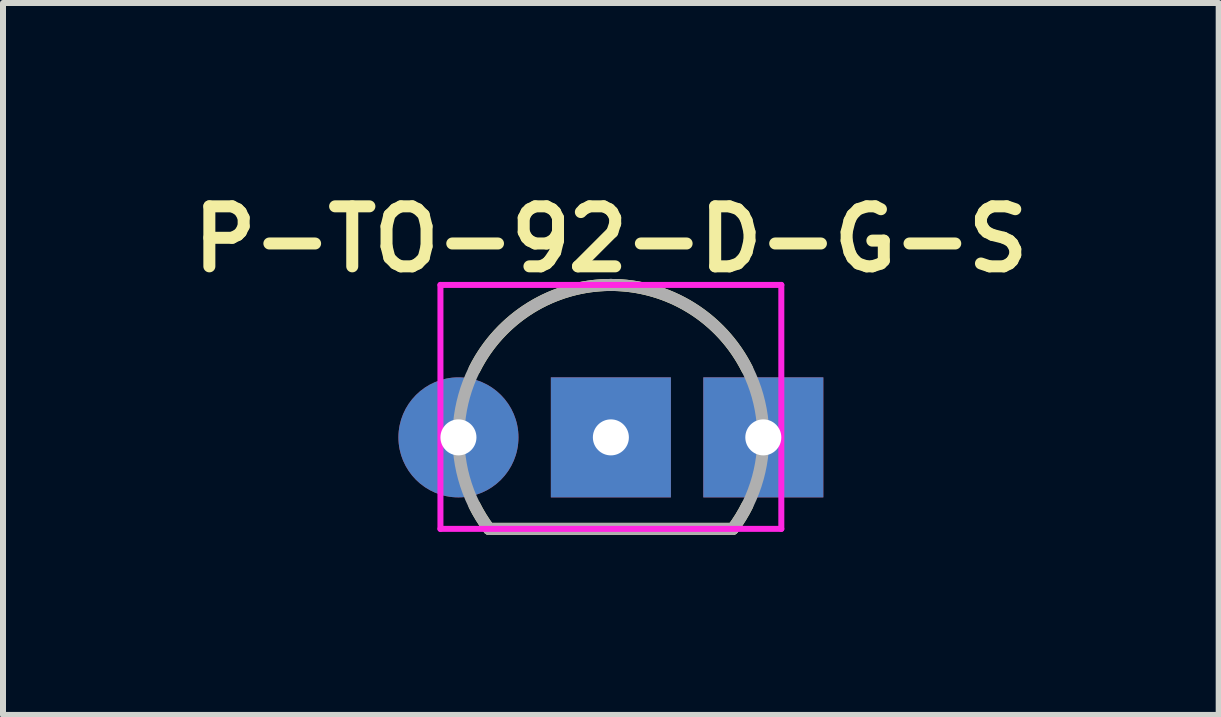
<source format=kicad_pcb>
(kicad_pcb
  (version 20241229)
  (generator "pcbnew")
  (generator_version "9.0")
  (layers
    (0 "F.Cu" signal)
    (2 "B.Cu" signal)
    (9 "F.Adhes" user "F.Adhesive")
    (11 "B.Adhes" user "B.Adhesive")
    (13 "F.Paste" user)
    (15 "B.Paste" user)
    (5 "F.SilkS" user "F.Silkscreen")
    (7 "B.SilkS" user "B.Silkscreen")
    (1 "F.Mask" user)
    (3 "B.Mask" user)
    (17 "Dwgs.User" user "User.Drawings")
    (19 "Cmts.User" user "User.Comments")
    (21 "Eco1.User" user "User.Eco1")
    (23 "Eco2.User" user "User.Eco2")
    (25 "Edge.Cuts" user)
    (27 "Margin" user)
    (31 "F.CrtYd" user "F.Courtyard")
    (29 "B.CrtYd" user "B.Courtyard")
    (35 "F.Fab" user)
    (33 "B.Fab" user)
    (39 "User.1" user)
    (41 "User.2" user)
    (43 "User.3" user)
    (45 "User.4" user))
  (footprint "P-TO-92-D-G-S"
    (layer "F.Cu")
    (at 7.129 4.238)
    (property "Reference" "P-TO-92-D-G-S" (at 0 -3.302 0) (layer "F.SilkS") (effects (font (size 1 1) (thickness 0.2))))
    (attr through_hole)
    (fp_line (start -2.032 1.524) (end 2.032 1.524) (stroke (width 0.2) (type solid)) (layer "F.SilkS"))
    (fp_arc (start -2.271152 -1.137308) (mid -1.334698 -2.16106) (end 0 -2.54) (stroke (width 0.2) (type solid)) (layer "F.SilkS"))
    (fp_arc (start -2.032 1.524) (mid -2.160597 1.335449) (end -2.271749 1.136115) (stroke (width 0.2) (type solid)) (layer "F.SilkS"))
    (fp_arc (start 0 -2.54) (mid 1.334698 -2.16106) (end 2.271152 -1.137308) (stroke (width 0.2) (type solid)) (layer "F.SilkS"))
    (fp_arc (start 2.271845 1.135922) (mid 2.160653 1.335357) (end 2.032 1.524) (stroke (width 0.2) (type solid)) (layer "F.SilkS"))
    (fp_line (start -2.84 -2.54) (end -2.84 1.525) (stroke (width 0.1) (type solid)) (layer "F.CrtYd"))
    (fp_line (start -2.84 -2.54) (end 2.84 -2.54) (stroke (width 0.1) (type solid)) (layer "F.CrtYd"))
    (fp_line (start -2.84 1.525) (end 2.84 1.525) (stroke (width 0.1) (type solid)) (layer "F.CrtYd"))
    (fp_line (start 2.84 -2.54) (end 2.84 1.525) (stroke (width 0.1) (type solid)) (layer "F.CrtYd"))
    (fp_line (start -2.031 1.525) (end 2.031 1.525) (stroke (width 0.2) (type solid)) (layer "F.Fab"))
    (fp_arc (start -2.03125 1.525) (mid 0.000084 -2.54) (end 2.031149 1.525135) (stroke (width 0.2) (type solid)) (layer "F.Fab"))
    (pad "D" thru_hole circle (at -2.54 0) (size 2 2) (drill 0.6) (layers "*.Cu" "*.Mask"))
    (pad "G" thru_hole rect (at 0 0) (size 2 2) (drill 0.6) (layers "*.Cu" "*.Mask"))
    (pad "S" thru_hole rect (at 2.54 0) (size 2 2) (drill 0.6) (layers "*.Cu" "*.Mask")))
  (gr_rect
    (start -3 -3)
    (end 17.257 8.863)
    (stroke (width 0.1) (type default))
    (fill no)
    (layer "Edge.Cuts")))
</source>
